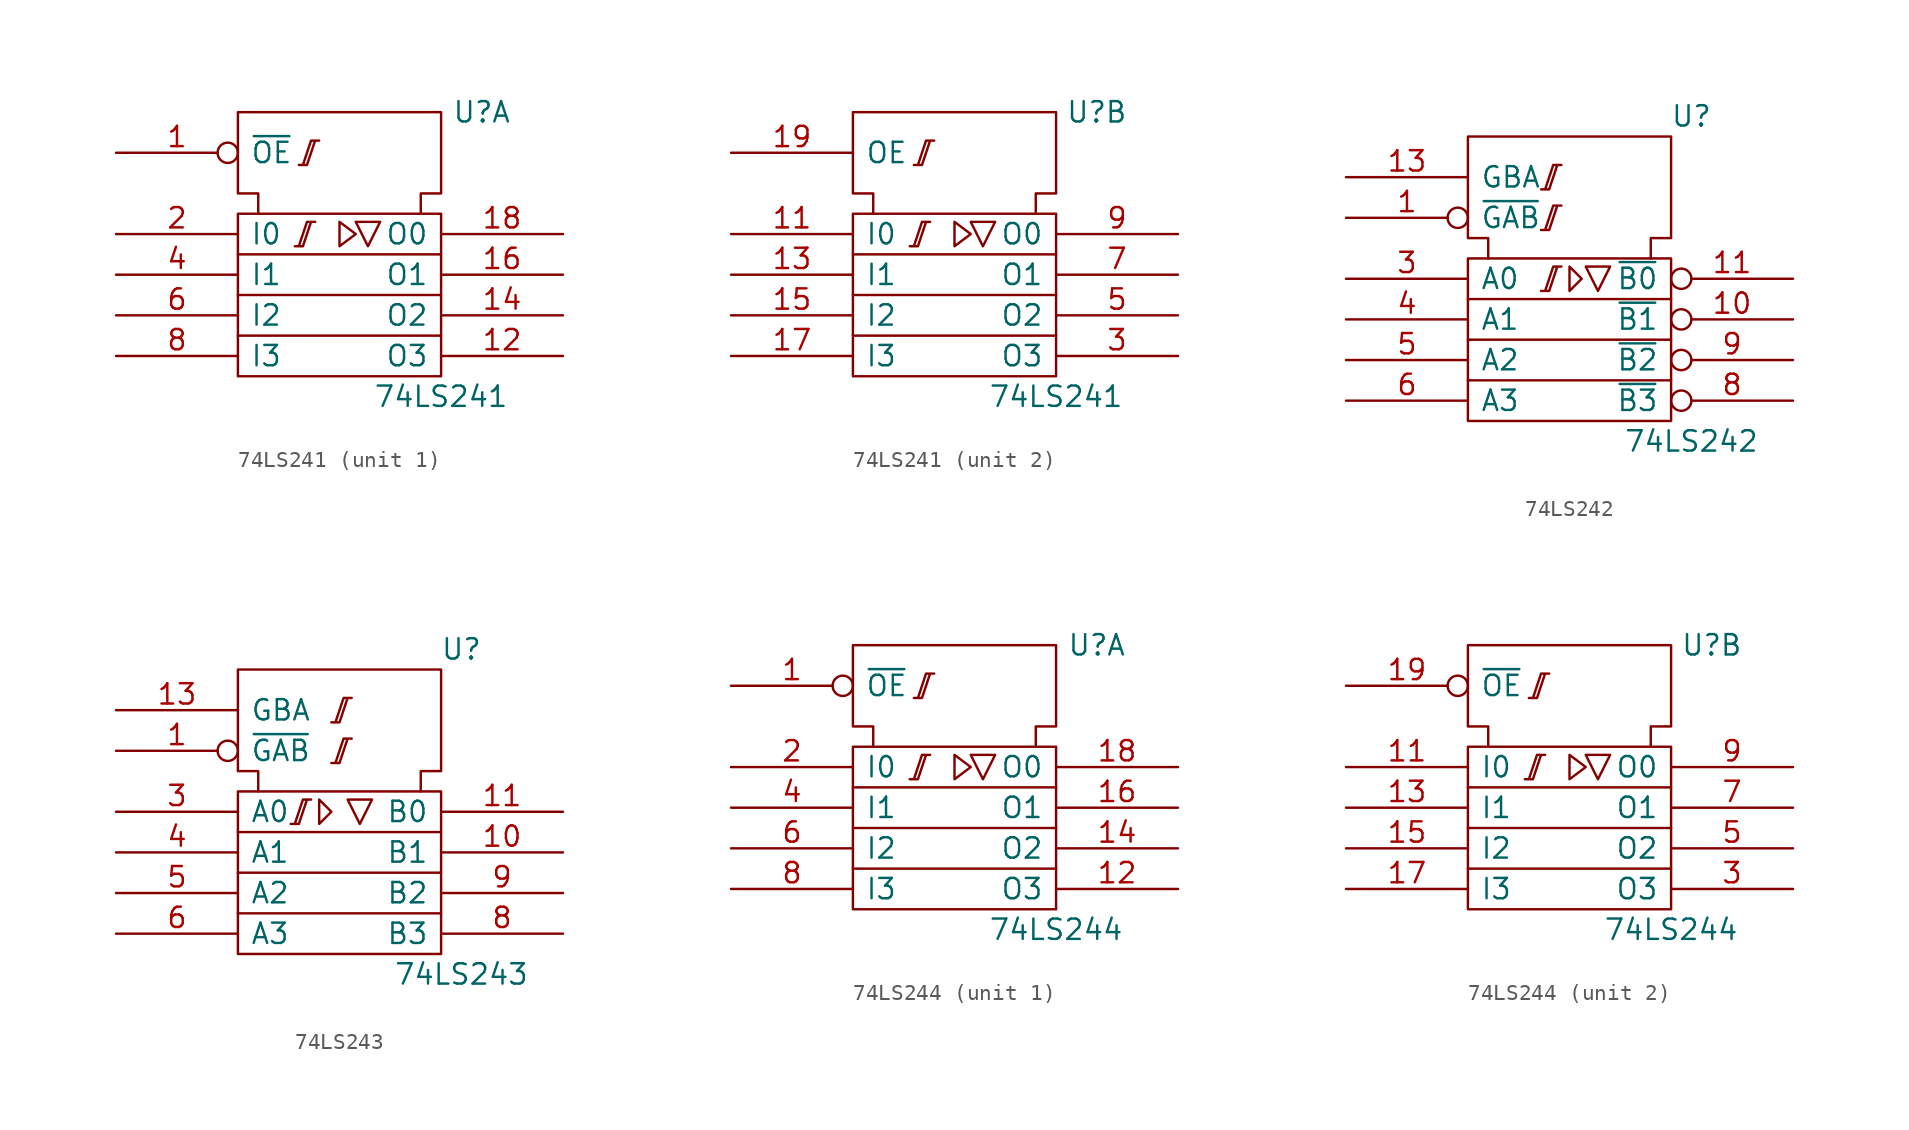
<source format=kicad_sym>
(kicad_symbol_lib
  (version 20201005)
  (generator kicad_symbol_editor)
  (symbol "74LS241"
    (pin_names
      (offset 0.762))
    (property "Reference" "U"
      (at 8.89 10.16 0)
      (effects (font (size 1.27 1.27))))
    (property "Value" "74LS241"
      (at 6.35 -7.62 0)
      (effects (font (size 1.27 1.27))))
    (symbol "74LS241_0_0"
      (polyline (pts (xy 1.016 3.302) (xy 2.54 3.302) (xy 1.778 1.778) (xy 1.016 3.302) (xy 1.016 3.302)) (stroke (width 0)) (fill (type none)))
      (pin power_in line (at 1.27 10.16 270) (length 0) hide (name "GND" (effects (font (size 1.27 1.27)))) (number "10" (effects (font (size 1.27 1.27)))))
      (pin power_in line (at 5.08 10.16 270) (length 0) hide (name "VCC" (effects (font (size 1.27 1.27)))) (number "20" (effects (font (size 1.27 1.27))))))
    (symbol "74LS241_0_1"
      (rectangle (start -6.35 3.81) (end 6.35 -6.35) (stroke (width 0)) (fill (type none)))
      (polyline (pts (xy -6.35 -1.27) (xy 6.35 -1.27) (xy 6.35 -1.27)) (stroke (width 0)) (fill (type none)))
      (polyline (pts (xy 6.35 -3.81) (xy -6.35 -3.81) (xy -6.35 -3.81)) (stroke (width 0)) (fill (type none)))
      (polyline (pts (xy 6.35 1.27) (xy -6.35 1.27) (xy -6.35 1.27)) (stroke (width 0)) (fill (type none)))
      (polyline (pts (xy 0 3.302) (xy 0 1.778) (xy 1.016 2.54) (xy 0 3.302) (xy 0 3.302)) (stroke (width 0)) (fill (type none)))
      (polyline (pts (xy -2.794 1.778) (xy -2.286 1.778) (xy -1.778 3.302) (xy -1.524 3.302) (xy -2.032 3.302) (xy -2.54 1.778) (xy -2.54 1.778)) (stroke (width 0)) (fill (type none)))
      (polyline (pts (xy -2.54 6.858) (xy -2.032 6.858) (xy -1.524 8.382) (xy -1.27 8.382) (xy -1.778 8.382) (xy -2.286 6.858) (xy -2.286 6.858)) (stroke (width 0)) (fill (type none)))
      (polyline (pts (xy -5.08 3.81) (xy -5.08 5.08) (xy -6.35 5.08) (xy -6.35 10.16) (xy 6.35 10.16) (xy 6.35 5.08) (xy 5.08 5.08) (xy 5.08 3.81) (xy 5.08 3.81)) (stroke (width 0)) (fill (type none))))
    (symbol "74LS241_1_1"
      (pin input inverted (at -13.97 7.62 0) (length 7.62) (name "~OE" (effects (font (size 1.27 1.27)))) (number "1" (effects (font (size 1.27 1.27)))))
      (pin tri_state line (at 13.97 -5.08 180) (length 7.62) (name "O3" (effects (font (size 1.27 1.27)))) (number "12" (effects (font (size 1.27 1.27)))))
      (pin tri_state line (at 13.97 -2.54 180) (length 7.62) (name "O2" (effects (font (size 1.27 1.27)))) (number "14" (effects (font (size 1.27 1.27)))))
      (pin tri_state line (at 13.97 0 180) (length 7.62) (name "O1" (effects (font (size 1.27 1.27)))) (number "16" (effects (font (size 1.27 1.27)))))
      (pin tri_state line (at 13.97 2.54 180) (length 7.62) (name "O0" (effects (font (size 1.27 1.27)))) (number "18" (effects (font (size 1.27 1.27)))))
      (pin input line (at -13.97 2.54 0) (length 7.62) (name "I0" (effects (font (size 1.27 1.27)))) (number "2" (effects (font (size 1.27 1.27)))))
      (pin input line (at -13.97 0 0) (length 7.62) (name "I1" (effects (font (size 1.27 1.27)))) (number "4" (effects (font (size 1.27 1.27)))))
      (pin input line (at -13.97 -2.54 0) (length 7.62) (name "I2" (effects (font (size 1.27 1.27)))) (number "6" (effects (font (size 1.27 1.27)))))
      (pin input line (at -13.97 -5.08 0) (length 7.62) (name "I3" (effects (font (size 1.27 1.27)))) (number "8" (effects (font (size 1.27 1.27))))))
    (symbol "74LS241_2_1"
      (pin input line (at -13.97 2.54 0) (length 7.62) (name "I0" (effects (font (size 1.27 1.27)))) (number "11" (effects (font (size 1.27 1.27)))))
      (pin input line (at -13.97 0 0) (length 7.62) (name "I1" (effects (font (size 1.27 1.27)))) (number "13" (effects (font (size 1.27 1.27)))))
      (pin input line (at -13.97 -2.54 0) (length 7.62) (name "I2" (effects (font (size 1.27 1.27)))) (number "15" (effects (font (size 1.27 1.27)))))
      (pin input line (at -13.97 -5.08 0) (length 7.62) (name "I3" (effects (font (size 1.27 1.27)))) (number "17" (effects (font (size 1.27 1.27)))))
      (pin input line (at -13.97 7.62 0) (length 7.62) (name "OE" (effects (font (size 1.27 1.27)))) (number "19" (effects (font (size 1.27 1.27)))))
      (pin tri_state line (at 13.97 -5.08 180) (length 7.62) (name "O3" (effects (font (size 1.27 1.27)))) (number "3" (effects (font (size 1.27 1.27)))))
      (pin tri_state line (at 13.97 -2.54 180) (length 7.62) (name "O2" (effects (font (size 1.27 1.27)))) (number "5" (effects (font (size 1.27 1.27)))))
      (pin tri_state line (at 13.97 0 180) (length 7.62) (name "O1" (effects (font (size 1.27 1.27)))) (number "7" (effects (font (size 1.27 1.27)))))
      (pin tri_state line (at 13.97 2.54 180) (length 7.62) (name "O0" (effects (font (size 1.27 1.27)))) (number "9" (effects (font (size 1.27 1.27)))))))
  (symbol "74LS242"
    (pin_names
      (offset 0.762))
    (property "Reference" "U"
      (at 7.62 12.7 0)
      (effects (font (size 1.27 1.27))))
    (property "Value" "74LS242"
      (at 7.62 -7.62 0)
      (effects (font (size 1.27 1.27))))
    (symbol "74LS242_0_0"
      (pin power_in line (at 5.08 11.43 270) (length 0) hide (name "VCC" (effects (font (size 1.27 1.27)))) (number "14" (effects (font (size 1.27 1.27)))))
      (pin power_in line (at 1.27 11.43 270) (length 0) hide (name "GND" (effects (font (size 1.27 1.27)))) (number "7" (effects (font (size 1.27 1.27))))))
    (symbol "74LS242_0_1"
      (rectangle (start -6.35 3.81) (end 6.35 -6.35) (stroke (width 0)) (fill (type none)))
      (polyline (pts (xy -6.35 -3.81) (xy 6.35 -3.81) (xy 6.35 -3.81)) (stroke (width 0)) (fill (type none)))
      (polyline (pts (xy -6.35 -1.27) (xy 6.35 -1.27) (xy 6.35 -1.27)) (stroke (width 0)) (fill (type none)))
      (polyline (pts (xy -6.35 1.27) (xy 6.35 1.27) (xy 6.35 1.27)) (stroke (width 0)) (fill (type none)))
      (polyline (pts (xy 0 3.302) (xy 0 1.778) (xy 0.762 2.54) (xy 0 3.302) (xy 0 3.302)) (stroke (width 0)) (fill (type none)))
      (polyline (pts (xy 1.016 3.302) (xy 2.54 3.302) (xy 1.778 1.778) (xy 1.016 3.302) (xy 1.016 3.302)) (stroke (width 0)) (fill (type none)))
      (polyline (pts (xy -1.778 1.778) (xy -1.27 1.778) (xy -0.762 3.302) (xy -0.508 3.302) (xy -1.016 3.302) (xy -1.524 1.778) (xy -1.524 1.778)) (stroke (width 0)) (fill (type none)))
      (polyline (pts (xy -1.778 5.588) (xy -1.27 5.588) (xy -0.762 7.112) (xy -0.508 7.112) (xy -1.016 7.112) (xy -1.524 5.588) (xy -1.524 5.588)) (stroke (width 0)) (fill (type none)))
      (polyline (pts (xy -1.778 8.128) (xy -1.27 8.128) (xy -0.762 9.652) (xy -0.508 9.652) (xy -1.016 9.652) (xy -1.524 8.128) (xy -1.524 8.128)) (stroke (width 0)) (fill (type none)))
      (polyline (pts (xy -5.08 3.81) (xy -5.08 5.08) (xy -6.35 5.08) (xy -6.35 11.43) (xy 6.35 11.43) (xy 6.35 5.08) (xy 5.08 5.08) (xy 5.08 3.81) (xy 5.08 3.81)) (stroke (width 0)) (fill (type none))))
    (symbol "74LS242_1_1"
      (pin input inverted (at -13.97 6.35 0) (length 7.62) (name "~GAB" (effects (font (size 1.27 1.27)))) (number "1" (effects (font (size 1.27 1.27)))))
      (pin tri_state inverted (at 13.97 0 180) (length 7.62) (name "~B1" (effects (font (size 1.27 1.27)))) (number "10" (effects (font (size 1.27 1.27)))))
      (pin tri_state inverted (at 13.97 2.54 180) (length 7.62) (name "~B0" (effects (font (size 1.27 1.27)))) (number "11" (effects (font (size 1.27 1.27)))))
      (pin input line (at -13.97 8.89 0) (length 7.62) (name "GBA" (effects (font (size 1.27 1.27)))) (number "13" (effects (font (size 1.27 1.27)))))
      (pin input line (at -13.97 2.54 0) (length 7.62) (name "A0" (effects (font (size 1.27 1.27)))) (number "3" (effects (font (size 1.27 1.27)))))
      (pin input line (at -13.97 0 0) (length 7.62) (name "A1" (effects (font (size 1.27 1.27)))) (number "4" (effects (font (size 1.27 1.27)))))
      (pin input line (at -13.97 -2.54 0) (length 7.62) (name "A2" (effects (font (size 1.27 1.27)))) (number "5" (effects (font (size 1.27 1.27)))))
      (pin input line (at -13.97 -5.08 0) (length 7.62) (name "A3" (effects (font (size 1.27 1.27)))) (number "6" (effects (font (size 1.27 1.27)))))
      (pin tri_state inverted (at 13.97 -5.08 180) (length 7.62) (name "~B3" (effects (font (size 1.27 1.27)))) (number "8" (effects (font (size 1.27 1.27)))))
      (pin tri_state inverted (at 13.97 -2.54 180) (length 7.62) (name "~B2" (effects (font (size 1.27 1.27)))) (number "9" (effects (font (size 1.27 1.27)))))))
  (symbol "74LS243"
    (pin_names
      (offset 0.762))
    (property "Reference" "U"
      (at 7.62 12.7 0)
      (effects (font (size 1.27 1.27))))
    (property "Value" "74LS243"
      (at 7.62 -7.62 0)
      (effects (font (size 1.27 1.27))))
    (symbol "74LS243_0_0"
      (pin power_in line (at 5.08 11.43 270) (length 0) hide (name "VCC" (effects (font (size 1.27 1.27)))) (number "14" (effects (font (size 1.27 1.27)))))
      (pin power_in line (at 1.27 11.43 270) (length 0) hide (name "GND" (effects (font (size 1.27 1.27)))) (number "7" (effects (font (size 1.27 1.27))))))
    (symbol "74LS243_0_1"
      (rectangle (start -6.35 3.81) (end 6.35 -6.35) (stroke (width 0)) (fill (type none)))
      (polyline (pts (xy -6.35 -3.81) (xy 6.35 -3.81) (xy 6.35 -3.81)) (stroke (width 0)) (fill (type none)))
      (polyline (pts (xy -6.35 -1.27) (xy 6.35 -1.27) (xy 6.35 -1.27)) (stroke (width 0)) (fill (type none)))
      (polyline (pts (xy -6.35 1.27) (xy 6.35 1.27) (xy 6.35 1.27)) (stroke (width 0)) (fill (type none)))
      (polyline (pts (xy -1.27 3.302) (xy -1.27 1.778) (xy -0.508 2.54) (xy -1.27 3.302) (xy -1.27 3.302)) (stroke (width 0)) (fill (type none)))
      (polyline (pts (xy 0.508 3.302) (xy 2.032 3.302) (xy 1.27 1.778) (xy 0.508 3.302) (xy 0.508 3.302)) (stroke (width 0)) (fill (type none)))
      (polyline (pts (xy -3.048 1.778) (xy -2.54 1.778) (xy -2.032 3.302) (xy -1.778 3.302) (xy -2.286 3.302) (xy -2.794 1.778) (xy -2.794 1.778)) (stroke (width 0)) (fill (type none)))
      (polyline (pts (xy -0.508 5.588) (xy 0 5.588) (xy 0.508 7.112) (xy 0.762 7.112) (xy 0.254 7.112) (xy -0.254 5.588) (xy -0.254 5.588)) (stroke (width 0)) (fill (type none)))
      (polyline (pts (xy -0.508 8.128) (xy 0 8.128) (xy 0.508 9.652) (xy 0.762 9.652) (xy 0.254 9.652) (xy -0.254 8.128) (xy -0.254 8.128)) (stroke (width 0)) (fill (type none)))
      (polyline (pts (xy -5.08 3.81) (xy -5.08 5.08) (xy -6.35 5.08) (xy -6.35 11.43) (xy 6.35 11.43) (xy 6.35 5.08) (xy 5.08 5.08) (xy 5.08 3.81) (xy 5.08 3.81)) (stroke (width 0)) (fill (type none))))
    (symbol "74LS243_1_1"
      (pin input inverted (at -13.97 6.35 0) (length 7.62) (name "~GAB" (effects (font (size 1.27 1.27)))) (number "1" (effects (font (size 1.27 1.27)))))
      (pin tri_state line (at 13.97 0 180) (length 7.62) (name "B1" (effects (font (size 1.27 1.27)))) (number "10" (effects (font (size 1.27 1.27)))))
      (pin tri_state line (at 13.97 2.54 180) (length 7.62) (name "B0" (effects (font (size 1.27 1.27)))) (number "11" (effects (font (size 1.27 1.27)))))
      (pin input line (at -13.97 8.89 0) (length 7.62) (name "GBA" (effects (font (size 1.27 1.27)))) (number "13" (effects (font (size 1.27 1.27)))))
      (pin input line (at -13.97 2.54 0) (length 7.62) (name "A0" (effects (font (size 1.27 1.27)))) (number "3" (effects (font (size 1.27 1.27)))))
      (pin input line (at -13.97 0 0) (length 7.62) (name "A1" (effects (font (size 1.27 1.27)))) (number "4" (effects (font (size 1.27 1.27)))))
      (pin input line (at -13.97 -2.54 0) (length 7.62) (name "A2" (effects (font (size 1.27 1.27)))) (number "5" (effects (font (size 1.27 1.27)))))
      (pin input line (at -13.97 -5.08 0) (length 7.62) (name "A3" (effects (font (size 1.27 1.27)))) (number "6" (effects (font (size 1.27 1.27)))))
      (pin tri_state line (at 13.97 -5.08 180) (length 7.62) (name "B3" (effects (font (size 1.27 1.27)))) (number "8" (effects (font (size 1.27 1.27)))))
      (pin tri_state line (at 13.97 -2.54 180) (length 7.62) (name "B2" (effects (font (size 1.27 1.27)))) (number "9" (effects (font (size 1.27 1.27)))))))
  (symbol "74LS244"
    (pin_names
      (offset 0.762))
    (property "Reference" "U"
      (at 8.89 10.16 0)
      (effects (font (size 1.27 1.27))))
    (property "Value" "74LS244"
      (at 6.35 -7.62 0)
      (effects (font (size 1.27 1.27))))
    (symbol "74LS244_0_0"
      (polyline (pts (xy 1.016 3.302) (xy 2.54 3.302) (xy 1.778 1.778) (xy 1.016 3.302) (xy 1.016 3.302)) (stroke (width 0)) (fill (type none)))
      (pin power_in line (at 1.27 10.16 270) (length 0) hide (name "GND" (effects (font (size 1.27 1.27)))) (number "10" (effects (font (size 1.27 1.27)))))
      (pin power_in line (at 5.08 10.16 270) (length 0) hide (name "VCC" (effects (font (size 1.27 1.27)))) (number "20" (effects (font (size 1.27 1.27))))))
    (symbol "74LS244_0_1"
      (rectangle (start -6.35 3.81) (end 6.35 -6.35) (stroke (width 0)) (fill (type none)))
      (polyline (pts (xy -6.35 -1.27) (xy 6.35 -1.27) (xy 6.35 -1.27)) (stroke (width 0)) (fill (type none)))
      (polyline (pts (xy 6.35 -3.81) (xy -6.35 -3.81) (xy -6.35 -3.81)) (stroke (width 0)) (fill (type none)))
      (polyline (pts (xy 6.35 1.27) (xy -6.35 1.27) (xy -6.35 1.27)) (stroke (width 0)) (fill (type none)))
      (polyline (pts (xy 0 3.302) (xy 0 1.778) (xy 1.016 2.54) (xy 0 3.302) (xy 0 3.302)) (stroke (width 0)) (fill (type none)))
      (polyline (pts (xy -2.794 1.778) (xy -2.286 1.778) (xy -1.778 3.302) (xy -1.524 3.302) (xy -2.032 3.302) (xy -2.54 1.778) (xy -2.54 1.778)) (stroke (width 0)) (fill (type none)))
      (polyline (pts (xy -2.54 6.858) (xy -2.032 6.858) (xy -1.524 8.382) (xy -1.27 8.382) (xy -1.778 8.382) (xy -2.286 6.858) (xy -2.286 6.858)) (stroke (width 0)) (fill (type none)))
      (polyline (pts (xy -5.08 3.81) (xy -5.08 5.08) (xy -6.35 5.08) (xy -6.35 10.16) (xy 6.35 10.16) (xy 6.35 5.08) (xy 5.08 5.08) (xy 5.08 3.81) (xy 5.08 3.81)) (stroke (width 0)) (fill (type none))))
    (symbol "74LS244_1_1"
      (pin input inverted (at -13.97 7.62 0) (length 7.62) (name "~OE" (effects (font (size 1.27 1.27)))) (number "1" (effects (font (size 1.27 1.27)))))
      (pin tri_state line (at 13.97 -5.08 180) (length 7.62) (name "O3" (effects (font (size 1.27 1.27)))) (number "12" (effects (font (size 1.27 1.27)))))
      (pin tri_state line (at 13.97 -2.54 180) (length 7.62) (name "O2" (effects (font (size 1.27 1.27)))) (number "14" (effects (font (size 1.27 1.27)))))
      (pin tri_state line (at 13.97 0 180) (length 7.62) (name "O1" (effects (font (size 1.27 1.27)))) (number "16" (effects (font (size 1.27 1.27)))))
      (pin tri_state line (at 13.97 2.54 180) (length 7.62) (name "O0" (effects (font (size 1.27 1.27)))) (number "18" (effects (font (size 1.27 1.27)))))
      (pin input line (at -13.97 2.54 0) (length 7.62) (name "I0" (effects (font (size 1.27 1.27)))) (number "2" (effects (font (size 1.27 1.27)))))
      (pin input line (at -13.97 0 0) (length 7.62) (name "I1" (effects (font (size 1.27 1.27)))) (number "4" (effects (font (size 1.27 1.27)))))
      (pin input line (at -13.97 -2.54 0) (length 7.62) (name "I2" (effects (font (size 1.27 1.27)))) (number "6" (effects (font (size 1.27 1.27)))))
      (pin input line (at -13.97 -5.08 0) (length 7.62) (name "I3" (effects (font (size 1.27 1.27)))) (number "8" (effects (font (size 1.27 1.27))))))
    (symbol "74LS244_2_1"
      (pin input line (at -13.97 2.54 0) (length 7.62) (name "I0" (effects (font (size 1.27 1.27)))) (number "11" (effects (font (size 1.27 1.27)))))
      (pin input line (at -13.97 0 0) (length 7.62) (name "I1" (effects (font (size 1.27 1.27)))) (number "13" (effects (font (size 1.27 1.27)))))
      (pin input line (at -13.97 -2.54 0) (length 7.62) (name "I2" (effects (font (size 1.27 1.27)))) (number "15" (effects (font (size 1.27 1.27)))))
      (pin input line (at -13.97 -5.08 0) (length 7.62) (name "I3" (effects (font (size 1.27 1.27)))) (number "17" (effects (font (size 1.27 1.27)))))
      (pin input inverted (at -13.97 7.62 0) (length 7.62) (name "~OE" (effects (font (size 1.27 1.27)))) (number "19" (effects (font (size 1.27 1.27)))))
      (pin tri_state line (at 13.97 -5.08 180) (length 7.62) (name "O3" (effects (font (size 1.27 1.27)))) (number "3" (effects (font (size 1.27 1.27)))))
      (pin tri_state line (at 13.97 -2.54 180) (length 7.62) (name "O2" (effects (font (size 1.27 1.27)))) (number "5" (effects (font (size 1.27 1.27)))))
      (pin tri_state line (at 13.97 0 180) (length 7.62) (name "O1" (effects (font (size 1.27 1.27)))) (number "7" (effects (font (size 1.27 1.27)))))
      (pin tri_state line (at 13.97 2.54 180) (length 7.62) (name "O0" (effects (font (size 1.27 1.27)))) (number "9" (effects (font (size 1.27 1.27))))))))
</source>
